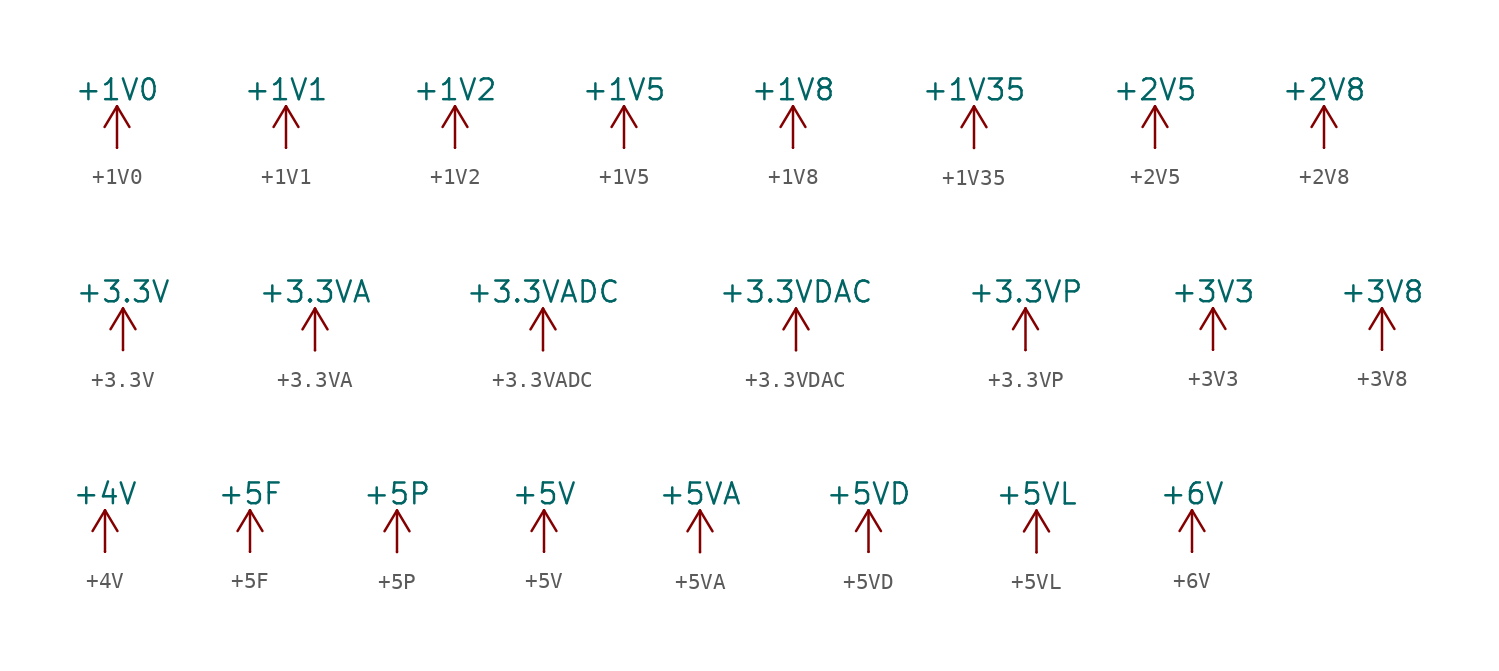
<source format=kicad_sym>
(kicad_symbol_lib
  (version 20231120)
  (generator "kicad_symbol_editor")
  (generator_version "8.0")
  (symbol "+1V0"
    (power)
    (pin_numbers hide)
    (pin_names
      (offset 0) hide)
    (property "Reference" "#PWR"
      (at 0 -3.81 0)
      (effects (font (size 1.27 1.27)) (hide yes)))
    (property "Value" "+1V0"
      (at 0 3.556 0)
      (effects (font (size 1.27 1.27))))
    (symbol "+1V0_0_1"
      (polyline (pts (xy -0.762 1.27) (xy 0 2.54)) (stroke (width 0) (type default)) (fill (type none)))
      (polyline (pts (xy 0 0) (xy 0 2.54)) (stroke (width 0) (type default)) (fill (type none)))
      (polyline (pts (xy 0 2.54) (xy 0.762 1.27)) (stroke (width 0) (type default)) (fill (type none))))
    (symbol "+1V0_1_1"
      (pin power_in line (at 0 0 90) (length 0) (name "~" (effects (font (size 1.27 1.27)))) (number "1" (effects (font (size 1.27 1.27)))))))
  (symbol "+1V1"
    (power)
    (pin_numbers hide)
    (pin_names
      (offset 0) hide)
    (property "Reference" "#PWR"
      (at 0 -3.81 0)
      (effects (font (size 1.27 1.27)) (hide yes)))
    (property "Value" "+1V1"
      (at 0 3.556 0)
      (effects (font (size 1.27 1.27))))
    (symbol "+1V1_0_1"
      (polyline (pts (xy -0.762 1.27) (xy 0 2.54)) (stroke (width 0) (type default)) (fill (type none)))
      (polyline (pts (xy 0 0) (xy 0 2.54)) (stroke (width 0) (type default)) (fill (type none)))
      (polyline (pts (xy 0 2.54) (xy 0.762 1.27)) (stroke (width 0) (type default)) (fill (type none))))
    (symbol "+1V1_1_1"
      (pin power_in line (at 0 0 90) (length 0) (name "~" (effects (font (size 1.27 1.27)))) (number "1" (effects (font (size 1.27 1.27)))))))
  (symbol "+1V2"
    (power)
    (pin_numbers hide)
    (pin_names
      (offset 0) hide)
    (property "Reference" "#PWR"
      (at 0 -3.81 0)
      (effects (font (size 1.27 1.27)) (hide yes)))
    (property "Value" "+1V2"
      (at 0 3.556 0)
      (effects (font (size 1.27 1.27))))
    (symbol "+1V2_0_1"
      (polyline (pts (xy -0.762 1.27) (xy 0 2.54)) (stroke (width 0) (type default)) (fill (type none)))
      (polyline (pts (xy 0 0) (xy 0 2.54)) (stroke (width 0) (type default)) (fill (type none)))
      (polyline (pts (xy 0 2.54) (xy 0.762 1.27)) (stroke (width 0) (type default)) (fill (type none))))
    (symbol "+1V2_1_1"
      (pin power_in line (at 0 0 90) (length 0) (name "~" (effects (font (size 1.27 1.27)))) (number "1" (effects (font (size 1.27 1.27)))))))
  (symbol "+1V5"
    (power)
    (pin_numbers hide)
    (pin_names
      (offset 0) hide)
    (property "Reference" "#PWR"
      (at 0 -3.81 0)
      (effects (font (size 1.27 1.27)) (hide yes)))
    (property "Value" "+1V5"
      (at 0 3.556 0)
      (effects (font (size 1.27 1.27))))
    (symbol "+1V5_0_1"
      (polyline (pts (xy -0.762 1.27) (xy 0 2.54)) (stroke (width 0) (type default)) (fill (type none)))
      (polyline (pts (xy 0 0) (xy 0 2.54)) (stroke (width 0) (type default)) (fill (type none)))
      (polyline (pts (xy 0 2.54) (xy 0.762 1.27)) (stroke (width 0) (type default)) (fill (type none))))
    (symbol "+1V5_1_1"
      (pin power_in line (at 0 0 90) (length 0) (name "~" (effects (font (size 1.27 1.27)))) (number "1" (effects (font (size 1.27 1.27)))))))
  (symbol "+1V8"
    (power)
    (pin_numbers hide)
    (pin_names
      (offset 0) hide)
    (property "Reference" "#PWR"
      (at 0 -3.81 0)
      (effects (font (size 1.27 1.27)) (hide yes)))
    (property "Value" "+1V8"
      (at 0 3.556 0)
      (effects (font (size 1.27 1.27))))
    (symbol "+1V8_0_1"
      (polyline (pts (xy -0.762 1.27) (xy 0 2.54)) (stroke (width 0) (type default)) (fill (type none)))
      (polyline (pts (xy 0 0) (xy 0 2.54)) (stroke (width 0) (type default)) (fill (type none)))
      (polyline (pts (xy 0 2.54) (xy 0.762 1.27)) (stroke (width 0) (type default)) (fill (type none))))
    (symbol "+1V8_1_1"
      (pin power_in line (at 0 0 90) (length 0) (name "~" (effects (font (size 1.27 1.27)))) (number "1" (effects (font (size 1.27 1.27)))))))
  (symbol "+1V35"
    (power)
    (pin_numbers hide)
    (pin_names
      (offset 0) hide)
    (property "Reference" "#PWR"
      (at 0 -3.81 0)
      (effects (font (size 1.27 1.27)) (hide yes)))
    (property "Value" "+1V35"
      (at 0 3.556 0)
      (effects (font (size 1.27 1.27))))
    (symbol "+1V35_0_1"
      (polyline (pts (xy -0.762 1.27) (xy 0 2.54)) (stroke (width 0) (type default)) (fill (type none)))
      (polyline (pts (xy 0 0) (xy 0 2.54)) (stroke (width 0) (type default)) (fill (type none)))
      (polyline (pts (xy 0 2.54) (xy 0.762 1.27)) (stroke (width 0) (type default)) (fill (type none))))
    (symbol "+1V35_1_1"
      (pin power_in line (at 0 0 90) (length 0) (name "~" (effects (font (size 1.27 1.27)))) (number "1" (effects (font (size 1.27 1.27)))))))
  (symbol "+2V5"
    (power)
    (pin_numbers hide)
    (pin_names
      (offset 0) hide)
    (property "Reference" "#PWR"
      (at 0 -3.81 0)
      (effects (font (size 1.27 1.27)) (hide yes)))
    (property "Value" "+2V5"
      (at 0 3.556 0)
      (effects (font (size 1.27 1.27))))
    (symbol "+2V5_0_1"
      (polyline (pts (xy -0.762 1.27) (xy 0 2.54)) (stroke (width 0) (type default)) (fill (type none)))
      (polyline (pts (xy 0 0) (xy 0 2.54)) (stroke (width 0) (type default)) (fill (type none)))
      (polyline (pts (xy 0 2.54) (xy 0.762 1.27)) (stroke (width 0) (type default)) (fill (type none))))
    (symbol "+2V5_1_1"
      (pin power_in line (at 0 0 90) (length 0) (name "~" (effects (font (size 1.27 1.27)))) (number "1" (effects (font (size 1.27 1.27)))))))
  (symbol "+2V8"
    (power)
    (pin_numbers hide)
    (pin_names
      (offset 0) hide)
    (property "Reference" "#PWR"
      (at 0 -3.81 0)
      (effects (font (size 1.27 1.27)) (hide yes)))
    (property "Value" "+2V8"
      (at 0 3.556 0)
      (effects (font (size 1.27 1.27))))
    (symbol "+2V8_0_1"
      (polyline (pts (xy -0.762 1.27) (xy 0 2.54)) (stroke (width 0) (type default)) (fill (type none)))
      (polyline (pts (xy 0 0) (xy 0 2.54)) (stroke (width 0) (type default)) (fill (type none)))
      (polyline (pts (xy 0 2.54) (xy 0.762 1.27)) (stroke (width 0) (type default)) (fill (type none))))
    (symbol "+2V8_1_1"
      (pin power_in line (at 0 0 90) (length 0) (name "~" (effects (font (size 1.27 1.27)))) (number "1" (effects (font (size 1.27 1.27)))))))
  (symbol "+3.3V"
    (power)
    (pin_numbers hide)
    (pin_names
      (offset 0) hide)
    (property "Reference" "#PWR"
      (at 0 -3.81 0)
      (effects (font (size 1.27 1.27)) (hide yes)))
    (property "Value" "+3.3V"
      (at 0 3.556 0)
      (effects (font (size 1.27 1.27))))
    (symbol "+3.3V_0_1"
      (polyline (pts (xy -0.762 1.27) (xy 0 2.54)) (stroke (width 0) (type default)) (fill (type none)))
      (polyline (pts (xy 0 0) (xy 0 2.54)) (stroke (width 0) (type default)) (fill (type none)))
      (polyline (pts (xy 0 2.54) (xy 0.762 1.27)) (stroke (width 0) (type default)) (fill (type none))))
    (symbol "+3.3V_1_1"
      (pin power_in line (at 0 0 90) (length 0) (name "~" (effects (font (size 1.27 1.27)))) (number "1" (effects (font (size 1.27 1.27)))))))
  (symbol "+3.3VA"
    (power)
    (pin_numbers hide)
    (pin_names
      (offset 0) hide)
    (property "Reference" "#PWR"
      (at 0 -3.81 0)
      (effects (font (size 1.27 1.27)) (hide yes)))
    (property "Value" "+3.3VA"
      (at 0 3.556 0)
      (effects (font (size 1.27 1.27))))
    (symbol "+3.3VA_0_1"
      (polyline (pts (xy -0.762 1.27) (xy 0 2.54)) (stroke (width 0) (type default)) (fill (type none)))
      (polyline (pts (xy 0 0) (xy 0 2.54)) (stroke (width 0) (type default)) (fill (type none)))
      (polyline (pts (xy 0 2.54) (xy 0.762 1.27)) (stroke (width 0) (type default)) (fill (type none))))
    (symbol "+3.3VA_1_1"
      (pin power_in line (at 0 0 90) (length 0) (name "~" (effects (font (size 1.27 1.27)))) (number "1" (effects (font (size 1.27 1.27)))))))
  (symbol "+3.3VADC"
    (power)
    (pin_numbers hide)
    (pin_names
      (offset 0) hide)
    (property "Reference" "#PWR"
      (at 3.81 -1.27 0)
      (effects (font (size 1.27 1.27)) (hide yes)))
    (property "Value" "+3.3VADC"
      (at 0 3.556 0)
      (effects (font (size 1.27 1.27))))
    (symbol "+3.3VADC_0_0"
      (pin power_in line (at 0 0 90) (length 0) (name "~" (effects (font (size 1.27 1.27)))) (number "1" (effects (font (size 1.27 1.27))))))
    (symbol "+3.3VADC_0_1"
      (polyline (pts (xy -0.762 1.27) (xy 0 2.54)) (stroke (width 0) (type default)) (fill (type none)))
      (polyline (pts (xy 0 0) (xy 0 2.54)) (stroke (width 0) (type default)) (fill (type none)))
      (polyline (pts (xy 0 2.54) (xy 0.762 1.27)) (stroke (width 0) (type default)) (fill (type none)))))
  (symbol "+3.3VDAC"
    (power)
    (pin_numbers hide)
    (pin_names
      (offset 0) hide)
    (property "Reference" "#PWR"
      (at 3.81 -1.27 0)
      (effects (font (size 1.27 1.27)) (hide yes)))
    (property "Value" "+3.3VDAC"
      (at 0 3.556 0)
      (effects (font (size 1.27 1.27))))
    (symbol "+3.3VDAC_0_0"
      (pin power_in line (at 0 0 90) (length 0) (name "~" (effects (font (size 1.27 1.27)))) (number "1" (effects (font (size 1.27 1.27))))))
    (symbol "+3.3VDAC_0_1"
      (polyline (pts (xy -0.762 1.27) (xy 0 2.54)) (stroke (width 0) (type default)) (fill (type none)))
      (polyline (pts (xy 0 0) (xy 0 2.54)) (stroke (width 0) (type default)) (fill (type none)))
      (polyline (pts (xy 0 2.54) (xy 0.762 1.27)) (stroke (width 0) (type default)) (fill (type none)))))
  (symbol "+3.3VP"
    (power)
    (pin_numbers hide)
    (pin_names
      (offset 0) hide)
    (property "Reference" "#PWR"
      (at 3.81 -1.27 0)
      (effects (font (size 1.27 1.27)) (hide yes)))
    (property "Value" "+3.3VP"
      (at 0 3.556 0)
      (effects (font (size 1.27 1.27))))
    (symbol "+3.3VP_0_0"
      (pin power_in line (at 0 0 90) (length 0) (name "~" (effects (font (size 1.27 1.27)))) (number "1" (effects (font (size 1.27 1.27))))))
    (symbol "+3.3VP_0_1"
      (polyline (pts (xy -0.762 1.27) (xy 0 2.54)) (stroke (width 0) (type default)) (fill (type none)))
      (polyline (pts (xy 0 0) (xy 0 2.54)) (stroke (width 0) (type default)) (fill (type none)))
      (polyline (pts (xy 0 2.54) (xy 0.762 1.27)) (stroke (width 0) (type default)) (fill (type none)))))
  (symbol "+3V3"
    (power)
    (pin_numbers hide)
    (pin_names
      (offset 0) hide)
    (property "Reference" "#PWR"
      (at 0 -3.81 0)
      (effects (font (size 1.27 1.27)) (hide yes)))
    (property "Value" "+3V3"
      (at 0 3.556 0)
      (effects (font (size 1.27 1.27))))
    (symbol "+3V3_0_1"
      (polyline (pts (xy -0.762 1.27) (xy 0 2.54)) (stroke (width 0) (type default)) (fill (type none)))
      (polyline (pts (xy 0 0) (xy 0 2.54)) (stroke (width 0) (type default)) (fill (type none)))
      (polyline (pts (xy 0 2.54) (xy 0.762 1.27)) (stroke (width 0) (type default)) (fill (type none))))
    (symbol "+3V3_1_1"
      (pin power_in line (at 0 0 90) (length 0) (name "~" (effects (font (size 1.27 1.27)))) (number "1" (effects (font (size 1.27 1.27)))))))
  (symbol "+3V8"
    (power)
    (pin_numbers hide)
    (pin_names
      (offset 0) hide)
    (property "Reference" "#PWR"
      (at 0 -3.81 0)
      (effects (font (size 1.27 1.27)) (hide yes)))
    (property "Value" "+3V8"
      (at 0 3.556 0)
      (effects (font (size 1.27 1.27))))
    (symbol "+3V8_0_1"
      (polyline (pts (xy -0.762 1.27) (xy 0 2.54)) (stroke (width 0) (type default)) (fill (type none)))
      (polyline (pts (xy 0 0) (xy 0 2.54)) (stroke (width 0) (type default)) (fill (type none)))
      (polyline (pts (xy 0 2.54) (xy 0.762 1.27)) (stroke (width 0) (type default)) (fill (type none))))
    (symbol "+3V8_1_1"
      (pin power_in line (at 0 0 90) (length 0) (name "~" (effects (font (size 1.27 1.27)))) (number "1" (effects (font (size 1.27 1.27)))))))
  (symbol "+4V"
    (power)
    (pin_numbers hide)
    (pin_names
      (offset 0) hide)
    (property "Reference" "#PWR"
      (at 0 -3.81 0)
      (effects (font (size 1.27 1.27)) (hide yes)))
    (property "Value" "+4V"
      (at 0 3.556 0)
      (effects (font (size 1.27 1.27))))
    (symbol "+4V_0_1"
      (polyline (pts (xy -0.762 1.27) (xy 0 2.54)) (stroke (width 0) (type default)) (fill (type none)))
      (polyline (pts (xy 0 0) (xy 0 2.54)) (stroke (width 0) (type default)) (fill (type none)))
      (polyline (pts (xy 0 2.54) (xy 0.762 1.27)) (stroke (width 0) (type default)) (fill (type none))))
    (symbol "+4V_1_1"
      (pin power_in line (at 0 0 90) (length 0) (name "~" (effects (font (size 1.27 1.27)))) (number "1" (effects (font (size 1.27 1.27)))))))
  (symbol "+5F"
    (power)
    (pin_numbers hide)
    (pin_names
      (offset 0) hide)
    (property "Reference" "#PWR"
      (at 0 -3.81 0)
      (effects (font (size 1.27 1.27)) (hide yes)))
    (property "Value" "+5F"
      (at 0 3.556 0)
      (effects (font (size 1.27 1.27))))
    (symbol "+5F_0_1"
      (polyline (pts (xy -0.762 1.27) (xy 0 2.54)) (stroke (width 0) (type default)) (fill (type none)))
      (polyline (pts (xy 0 0) (xy 0 2.54)) (stroke (width 0) (type default)) (fill (type none)))
      (polyline (pts (xy 0 2.54) (xy 0.762 1.27)) (stroke (width 0) (type default)) (fill (type none))))
    (symbol "+5F_1_1"
      (pin power_in line (at 0 0 90) (length 0) (name "~" (effects (font (size 1.27 1.27)))) (number "1" (effects (font (size 1.27 1.27)))))))
  (symbol "+5P"
    (power)
    (pin_numbers hide)
    (pin_names
      (offset 0) hide)
    (property "Reference" "#PWR"
      (at 0 -3.81 0)
      (effects (font (size 1.27 1.27)) (hide yes)))
    (property "Value" "+5P"
      (at 0 3.556 0)
      (effects (font (size 1.27 1.27))))
    (symbol "+5P_0_1"
      (polyline (pts (xy -0.762 1.27) (xy 0 2.54)) (stroke (width 0) (type default)) (fill (type none)))
      (polyline (pts (xy 0 0) (xy 0 2.54)) (stroke (width 0) (type default)) (fill (type none)))
      (polyline (pts (xy 0 2.54) (xy 0.762 1.27)) (stroke (width 0) (type default)) (fill (type none))))
    (symbol "+5P_1_1"
      (pin power_in line (at 0 0 90) (length 0) (name "~" (effects (font (size 1.27 1.27)))) (number "1" (effects (font (size 1.27 1.27)))))))
  (symbol "+5V"
    (power)
    (pin_numbers hide)
    (pin_names
      (offset 0) hide)
    (property "Reference" "#PWR"
      (at 0 -3.81 0)
      (effects (font (size 1.27 1.27)) (hide yes)))
    (property "Value" "+5V"
      (at 0 3.556 0)
      (effects (font (size 1.27 1.27))))
    (symbol "+5V_0_1"
      (polyline (pts (xy -0.762 1.27) (xy 0 2.54)) (stroke (width 0) (type default)) (fill (type none)))
      (polyline (pts (xy 0 0) (xy 0 2.54)) (stroke (width 0) (type default)) (fill (type none)))
      (polyline (pts (xy 0 2.54) (xy 0.762 1.27)) (stroke (width 0) (type default)) (fill (type none))))
    (symbol "+5V_1_1"
      (pin power_in line (at 0 0 90) (length 0) (name "~" (effects (font (size 1.27 1.27)))) (number "1" (effects (font (size 1.27 1.27)))))))
  (symbol "+5VA"
    (power)
    (pin_numbers hide)
    (pin_names
      (offset 0) hide)
    (property "Reference" "#PWR"
      (at 0 -3.81 0)
      (effects (font (size 1.27 1.27)) (hide yes)))
    (property "Value" "+5VA"
      (at 0 3.556 0)
      (effects (font (size 1.27 1.27))))
    (symbol "+5VA_0_1"
      (polyline (pts (xy -0.762 1.27) (xy 0 2.54)) (stroke (width 0) (type default)) (fill (type none)))
      (polyline (pts (xy 0 0) (xy 0 2.54)) (stroke (width 0) (type default)) (fill (type none)))
      (polyline (pts (xy 0 2.54) (xy 0.762 1.27)) (stroke (width 0) (type default)) (fill (type none))))
    (symbol "+5VA_1_1"
      (pin power_in line (at 0 0 90) (length 0) (name "~" (effects (font (size 1.27 1.27)))) (number "1" (effects (font (size 1.27 1.27)))))))
  (symbol "+5VD"
    (power)
    (pin_numbers hide)
    (pin_names
      (offset 0) hide)
    (property "Reference" "#PWR"
      (at 0 -3.81 0)
      (effects (font (size 1.27 1.27)) (hide yes)))
    (property "Value" "+5VD"
      (at 0 3.556 0)
      (effects (font (size 1.27 1.27))))
    (symbol "+5VD_0_1"
      (polyline (pts (xy -0.762 1.27) (xy 0 2.54)) (stroke (width 0) (type default)) (fill (type none)))
      (polyline (pts (xy 0 0) (xy 0 2.54)) (stroke (width 0) (type default)) (fill (type none)))
      (polyline (pts (xy 0 2.54) (xy 0.762 1.27)) (stroke (width 0) (type default)) (fill (type none))))
    (symbol "+5VD_1_1"
      (pin power_in line (at 0 0 90) (length 0) (name "~" (effects (font (size 1.27 1.27)))) (number "1" (effects (font (size 1.27 1.27)))))))
  (symbol "+5VL"
    (power)
    (pin_numbers hide)
    (pin_names
      (offset 0) hide)
    (property "Reference" "#PWR"
      (at 0 -3.81 0)
      (effects (font (size 1.27 1.27)) (hide yes)))
    (property "Value" "+5VL"
      (at 0 3.556 0)
      (effects (font (size 1.27 1.27))))
    (symbol "+5VL_0_1"
      (polyline (pts (xy -0.762 1.27) (xy 0 2.54)) (stroke (width 0) (type default)) (fill (type none)))
      (polyline (pts (xy 0 0) (xy 0 2.54)) (stroke (width 0) (type default)) (fill (type none)))
      (polyline (pts (xy 0 2.54) (xy 0.762 1.27)) (stroke (width 0) (type default)) (fill (type none))))
    (symbol "+5VL_1_1"
      (pin power_in line (at 0 0 90) (length 0) (name "~" (effects (font (size 1.27 1.27)))) (number "1" (effects (font (size 1.27 1.27)))))))
  (symbol "+6V"
    (power)
    (pin_numbers hide)
    (pin_names
      (offset 0) hide)
    (property "Reference" "#PWR"
      (at 0 -3.81 0)
      (effects (font (size 1.27 1.27)) (hide yes)))
    (property "Value" "+6V"
      (at 0 3.556 0)
      (effects (font (size 1.27 1.27))))
    (symbol "+6V_0_1"
      (polyline (pts (xy -0.762 1.27) (xy 0 2.54)) (stroke (width 0) (type default)) (fill (type none)))
      (polyline (pts (xy 0 0) (xy 0 2.54)) (stroke (width 0) (type default)) (fill (type none)))
      (polyline (pts (xy 0 2.54) (xy 0.762 1.27)) (stroke (width 0) (type default)) (fill (type none))))
    (symbol "+6V_1_1"
      (pin power_in line (at 0 0 90) (length 0) (name "~" (effects (font (size 1.27 1.27)))) (number "1" (effects (font (size 1.27 1.27))))))))
</source>
